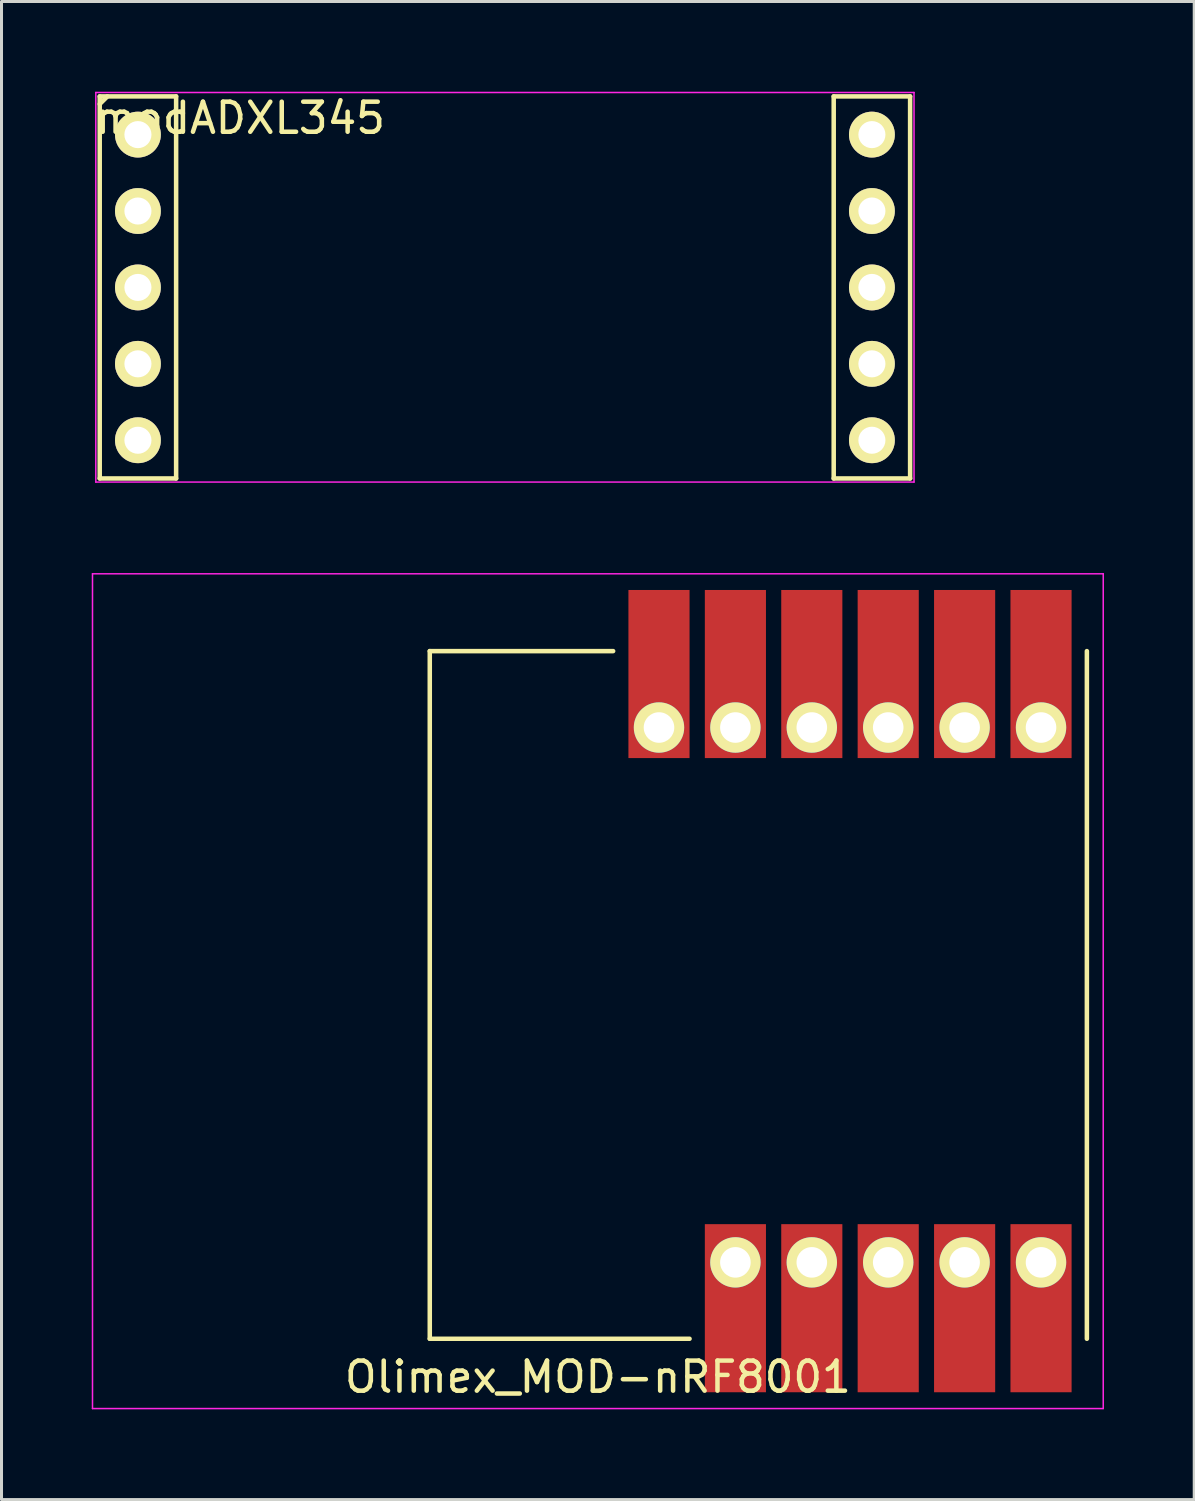
<source format=kicad_pcb>
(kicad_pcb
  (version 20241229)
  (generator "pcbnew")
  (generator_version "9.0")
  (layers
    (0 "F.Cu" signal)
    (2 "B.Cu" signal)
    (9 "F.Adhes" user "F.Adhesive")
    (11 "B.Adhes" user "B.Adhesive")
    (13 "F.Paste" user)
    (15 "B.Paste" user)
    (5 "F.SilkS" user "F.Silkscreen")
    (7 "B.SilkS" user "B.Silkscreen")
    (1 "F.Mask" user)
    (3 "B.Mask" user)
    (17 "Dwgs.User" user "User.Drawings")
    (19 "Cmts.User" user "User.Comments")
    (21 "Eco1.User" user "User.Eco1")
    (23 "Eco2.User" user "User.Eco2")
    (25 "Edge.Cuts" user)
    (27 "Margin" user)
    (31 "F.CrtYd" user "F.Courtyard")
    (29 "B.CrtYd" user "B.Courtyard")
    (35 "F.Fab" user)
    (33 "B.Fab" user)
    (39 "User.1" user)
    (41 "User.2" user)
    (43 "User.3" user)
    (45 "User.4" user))
  (footprint "modADXL345"
    (layer "F.Cu")
    (at 1.535 1.425)
    (property "Reference" "modADXL345" (at 3.4 -0.55 0) (layer "F.SilkS") (effects (font (size 1 1) (thickness 0.15))))
    (attr through_hole)
    (fp_line (start -1.27 -1.27) (end -1.27 11.43) (stroke (width 0.15) (type solid)) (layer "F.SilkS"))
    (fp_line (start -1.27 11.43) (end 1.27 11.43) (stroke (width 0.15) (type solid)) (layer "F.SilkS"))
    (fp_line (start -1.016 -1.27) (end -1.27 -1.016) (stroke (width 0.15) (type solid)) (layer "F.SilkS"))
    (fp_line (start 1.27 -1.27) (end -1.27 -1.27) (stroke (width 0.15) (type solid)) (layer "F.SilkS"))
    (fp_line (start 1.27 11.43) (end 1.27 -1.27) (stroke (width 0.15) (type solid)) (layer "F.SilkS"))
    (fp_line (start 23.13 -1.27) (end 23.13 11.43) (stroke (width 0.15) (type solid)) (layer "F.SilkS"))
    (fp_line (start 23.13 11.43) (end 25.67 11.43) (stroke (width 0.15) (type solid)) (layer "F.SilkS"))
    (fp_line (start 25.67 -1.27) (end 23.13 -1.27) (stroke (width 0.15) (type solid)) (layer "F.SilkS"))
    (fp_line (start 25.67 11.43) (end 25.67 -1.27) (stroke (width 0.15) (type solid)) (layer "F.SilkS"))
    (fp_line (start -1.4 -1.4) (end -1.4 11.55) (stroke (width 0.05) (type solid)) (layer "F.CrtYd"))
    (fp_line (start -1.4 11.55) (end 25.8 11.55) (stroke (width 0.05) (type solid)) (layer "F.CrtYd"))
    (fp_line (start 25.8 -1.4) (end -1.4 -1.4) (stroke (width 0.05) (type solid)) (layer "F.CrtYd"))
    (fp_line (start 25.8 11.55) (end 25.8 -1.4) (stroke (width 0.05) (type solid)) (layer "F.CrtYd"))
    (pad "1" thru_hole circle (at 0 0) (size 1.524 1.524) (drill 0.9) (layers "*.Cu" "*.Mask" "F.SilkS"))
    (pad "2" thru_hole circle (at 0 2.54) (size 1.524 1.524) (drill 0.9) (layers "*.Cu" "*.Mask" "F.SilkS"))
    (pad "3" thru_hole circle (at 0 5.08) (size 1.524 1.524) (drill 0.9) (layers "*.Cu" "*.Mask" "F.SilkS"))
    (pad "4" thru_hole circle (at 0 7.62) (size 1.524 1.524) (drill 0.9) (layers "*.Cu" "*.Mask" "F.SilkS"))
    (pad "5" thru_hole circle (at 0 10.16) (size 1.524 1.524) (drill 0.9) (layers "*.Cu" "*.Mask" "F.SilkS"))
    (pad "6" thru_hole circle (at 24.4 10.16) (size 1.524 1.524) (drill 0.9) (layers "*.Cu" "*.Mask" "F.SilkS"))
    (pad "7" thru_hole circle (at 24.4 7.62) (size 1.524 1.524) (drill 0.9) (layers "*.Cu" "*.Mask" "F.SilkS"))
    (pad "8" thru_hole circle (at 24.4 5.08) (size 1.524 1.524) (drill 0.9) (layers "*.Cu" "*.Mask" "F.SilkS"))
    (pad "9" thru_hole circle (at 24.4 2.54) (size 1.524 1.524) (drill 0.9) (layers "*.Cu" "*.Mask" "F.SilkS"))
    (pad "10" thru_hole circle (at 24.4 0) (size 1.524 1.524) (drill 0.9) (layers "*.Cu" "*.Mask" "F.SilkS")))
  (footprint "Olimex_MOD-nRF8001"
    (layer "F.Cu")
    (at 16.825 30.025)
    (property "Reference" "Olimex_MOD-nRF8001" (at 0 12.7 0) (layer "F.SilkS") (effects (font (size 1 1) (thickness 0.15))))
    (attr through_hole)
    (fp_line (start -5.588 -11.43) (end -5.588 11.43) (stroke (width 0.15) (type solid)) (layer "F.SilkS"))
    (fp_line (start -5.588 -11.43) (end 0.508 -11.43) (stroke (width 0.15) (type solid)) (layer "F.SilkS"))
    (fp_line (start -5.588 11.43) (end 3.048 11.43) (stroke (width 0.15) (type solid)) (layer "F.SilkS"))
    (fp_line (start 16.256 -11.43) (end 16.256 11.43) (stroke (width 0.15) (type solid)) (layer "F.SilkS"))
    (fp_line (start -16.8 -14) (end -16.8 13.75) (stroke (width 0.05) (type solid)) (layer "F.CrtYd"))
    (fp_line (start -16.8 13.75) (end 16.8 13.75) (stroke (width 0.05) (type solid)) (layer "F.CrtYd"))
    (fp_line (start 16.8 -14) (end -16.8 -14) (stroke (width 0.05) (type solid)) (layer "F.CrtYd"))
    (fp_line (start 16.8 13.75) (end 16.8 -14) (stroke (width 0.05) (type solid)) (layer "F.CrtYd"))
    (pad "1" thru_hole circle (at 4.572 8.89) (size 1.676 1.676) (drill 1.016) (layers "*.Cu" "*.Mask" "F.SilkS"))
    (pad "1" smd rect (at 4.572 10.414) (size 2.032 5.588) (layers "F.Cu" "F.Mask" "F.Paste"))
    (pad "2" thru_hole circle (at 7.112 8.89) (size 1.676 1.676) (drill 1.016) (layers "*.Cu" "*.Mask" "F.SilkS"))
    (pad "2" smd rect (at 7.112 10.414) (size 2.032 5.588) (layers "F.Cu" "F.Mask" "F.Paste"))
    (pad "3" thru_hole circle (at 9.652 8.89) (size 1.676 1.676) (drill 1.016) (layers "*.Cu" "*.Mask" "F.SilkS"))
    (pad "3" smd rect (at 9.652 10.414) (size 2.032 5.588) (layers "F.Cu" "F.Mask" "F.Paste"))
    (pad "4" thru_hole circle (at 12.192 8.89) (size 1.676 1.676) (drill 1.016) (layers "*.Cu" "*.Mask" "F.SilkS"))
    (pad "4" smd rect (at 12.192 10.414) (size 2.032 5.588) (layers "F.Cu" "F.Mask" "F.Paste"))
    (pad "5" thru_hole circle (at 14.732 8.89) (size 1.676 1.676) (drill 1.016) (layers "*.Cu" "*.Mask" "F.SilkS"))
    (pad "5" smd rect (at 14.732 10.414) (size 2.032 5.588) (layers "F.Cu" "F.Mask" "F.Paste"))
    (pad "6" smd rect (at 14.732 -10.668) (size 2.032 5.588) (layers "F.Cu" "F.Mask" "F.Paste"))
    (pad "6" thru_hole circle (at 14.732 -8.89) (size 1.676 1.676) (drill 1.016) (layers "*.Cu" "*.Mask" "F.SilkS"))
    (pad "7" smd rect (at 12.192 -10.668) (size 2.032 5.588) (layers "F.Cu" "F.Mask" "F.Paste"))
    (pad "7" thru_hole circle (at 12.192 -8.89) (size 1.676 1.676) (drill 1.016) (layers "*.Cu" "*.Mask" "F.SilkS"))
    (pad "8" smd rect (at 9.652 -10.668) (size 2.032 5.588) (layers "F.Cu" "F.Mask" "F.Paste"))
    (pad "8" thru_hole circle (at 9.652 -8.89) (size 1.676 1.676) (drill 1.016) (layers "*.Cu" "*.Mask" "F.SilkS"))
    (pad "9" smd rect (at 7.112 -10.668) (size 2.032 5.588) (layers "F.Cu" "F.Mask" "F.Paste"))
    (pad "9" thru_hole circle (at 7.112 -8.89) (size 1.676 1.676) (drill 1.016) (layers "*.Cu" "*.Mask" "F.SilkS"))
    (pad "10" smd rect (at 4.572 -10.668) (size 2.032 5.588) (layers "F.Cu" "F.Mask" "F.Paste"))
    (pad "10" thru_hole circle (at 4.572 -8.89) (size 1.676 1.676) (drill 1.016) (layers "*.Cu" "*.Mask" "F.SilkS"))
    (pad "11" smd rect (at 2.032 -10.668) (size 2.032 5.588) (layers "F.Cu" "F.Mask" "F.Paste"))
    (pad "11" thru_hole circle (at 2.032 -8.89) (size 1.676 1.676) (drill 1.016) (layers "*.Cu" "*.Mask" "F.SilkS")))
  (gr_rect
    (start -3 -3)
    (end 36.65 46.8)
    (stroke (width 0.1) (type default))
    (fill no)
    (layer "Edge.Cuts")))
</source>
